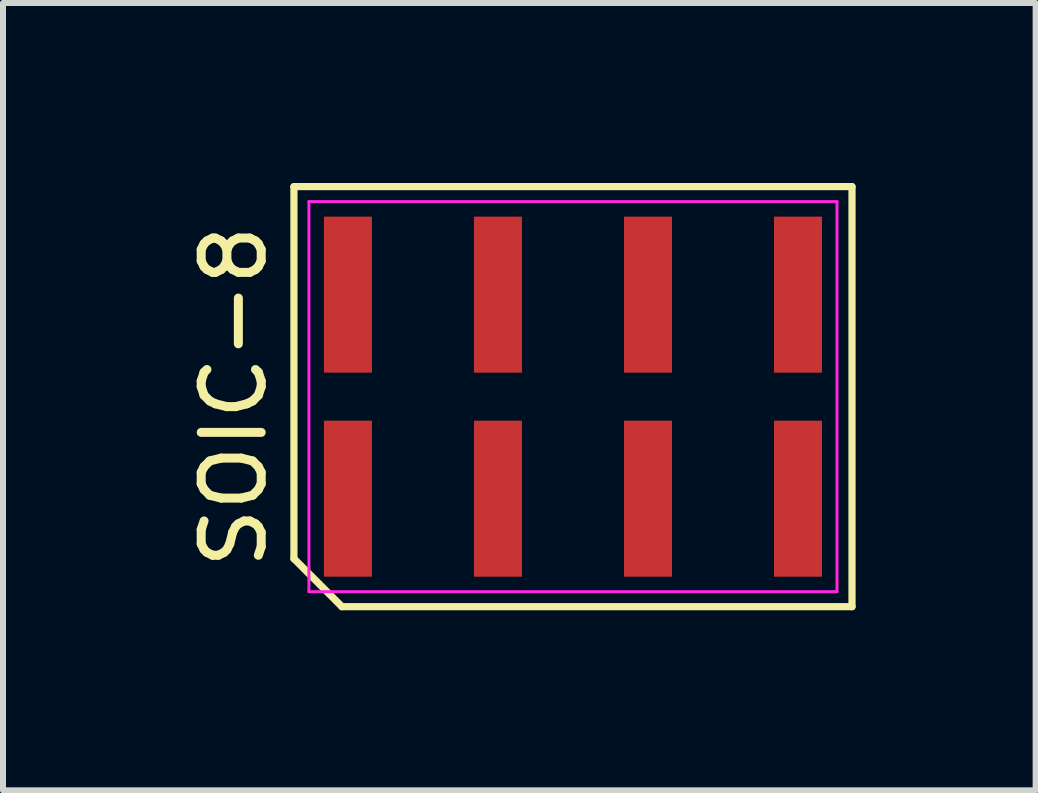
<source format=kicad_pcb>
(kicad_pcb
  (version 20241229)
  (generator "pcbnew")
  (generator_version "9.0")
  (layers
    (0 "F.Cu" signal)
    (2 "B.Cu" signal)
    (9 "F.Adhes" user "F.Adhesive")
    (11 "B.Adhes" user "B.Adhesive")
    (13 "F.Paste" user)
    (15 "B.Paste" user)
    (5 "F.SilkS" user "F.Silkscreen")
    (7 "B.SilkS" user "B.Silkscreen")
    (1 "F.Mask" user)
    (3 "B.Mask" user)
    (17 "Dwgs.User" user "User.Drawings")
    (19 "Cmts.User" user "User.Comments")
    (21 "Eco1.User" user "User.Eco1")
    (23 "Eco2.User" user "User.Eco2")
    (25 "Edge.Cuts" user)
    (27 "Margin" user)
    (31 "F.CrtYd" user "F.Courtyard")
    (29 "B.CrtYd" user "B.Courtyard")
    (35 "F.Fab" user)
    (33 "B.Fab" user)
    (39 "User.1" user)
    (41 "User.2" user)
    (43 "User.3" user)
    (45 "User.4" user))
  (footprint "SOIC-8"
    (layer "F.Cu")
    (at 6.498 3.56)
    (property "Reference" "SOIC-8" (at -5.65 0 90) (layer "F.SilkS") (effects (font (size 1 1) (thickness 0.15))))
    (attr smd)
    (fp_line (start -4.65 -3.5) (end 4.65 -3.5) (stroke (width 0.12) (type solid)) (layer "F.SilkS"))
    (fp_line (start -4.65 2.7) (end -4.65 -3.5) (stroke (width 0.12) (type solid)) (layer "F.SilkS"))
    (fp_line (start -3.85 3.5) (end -4.65 2.7) (stroke (width 0.12) (type solid)) (layer "F.SilkS"))
    (fp_line (start 4.65 -3.5) (end 4.65 3.5) (stroke (width 0.12) (type solid)) (layer "F.SilkS"))
    (fp_line (start 4.65 3.5) (end -3.85 3.5) (stroke (width 0.12) (type solid)) (layer "F.SilkS"))
    (fp_line (start -4.4 -3.25) (end 4.4 -3.25) (stroke (width 0.05) (type solid)) (layer "F.CrtYd"))
    (fp_line (start -4.4 3.25) (end -4.4 -3.25) (stroke (width 0.05) (type solid)) (layer "F.CrtYd"))
    (fp_line (start 4.4 -3.25) (end 4.4 3.25) (stroke (width 0.05) (type solid)) (layer "F.CrtYd"))
    (fp_line (start 4.4 3.25) (end -4.4 3.25) (stroke (width 0.05) (type solid)) (layer "F.CrtYd"))
    (pad "1" smd rect (at -3.75 1.7) (size 0.8 2.6) (layers "F.Cu" "F.Mask" "F.Paste"))
    (pad "2" smd rect (at -1.25 1.7) (size 0.8 2.6) (layers "F.Cu" "F.Mask" "F.Paste"))
    (pad "3" smd rect (at 1.25 1.7) (size 0.8 2.6) (layers "F.Cu" "F.Mask" "F.Paste"))
    (pad "4" smd rect (at 3.75 1.7) (size 0.8 2.6) (layers "F.Cu" "F.Mask" "F.Paste"))
    (pad "5" smd rect (at 3.75 -1.7) (size 0.8 2.6) (layers "F.Cu" "F.Mask" "F.Paste"))
    (pad "6" smd rect (at 1.25 -1.7) (size 0.8 2.6) (layers "F.Cu" "F.Mask" "F.Paste"))
    (pad "7" smd rect (at -1.25 -1.7) (size 0.8 2.6) (layers "F.Cu" "F.Mask" "F.Paste"))
    (pad "8" smd rect (at -3.75 -1.7) (size 0.8 2.6) (layers "F.Cu" "F.Mask" "F.Paste")))
  (gr_rect
    (start -3 -3)
    (end 14.208 10.12)
    (stroke (width 0.1) (type default))
    (fill no)
    (layer "Edge.Cuts")))
</source>
